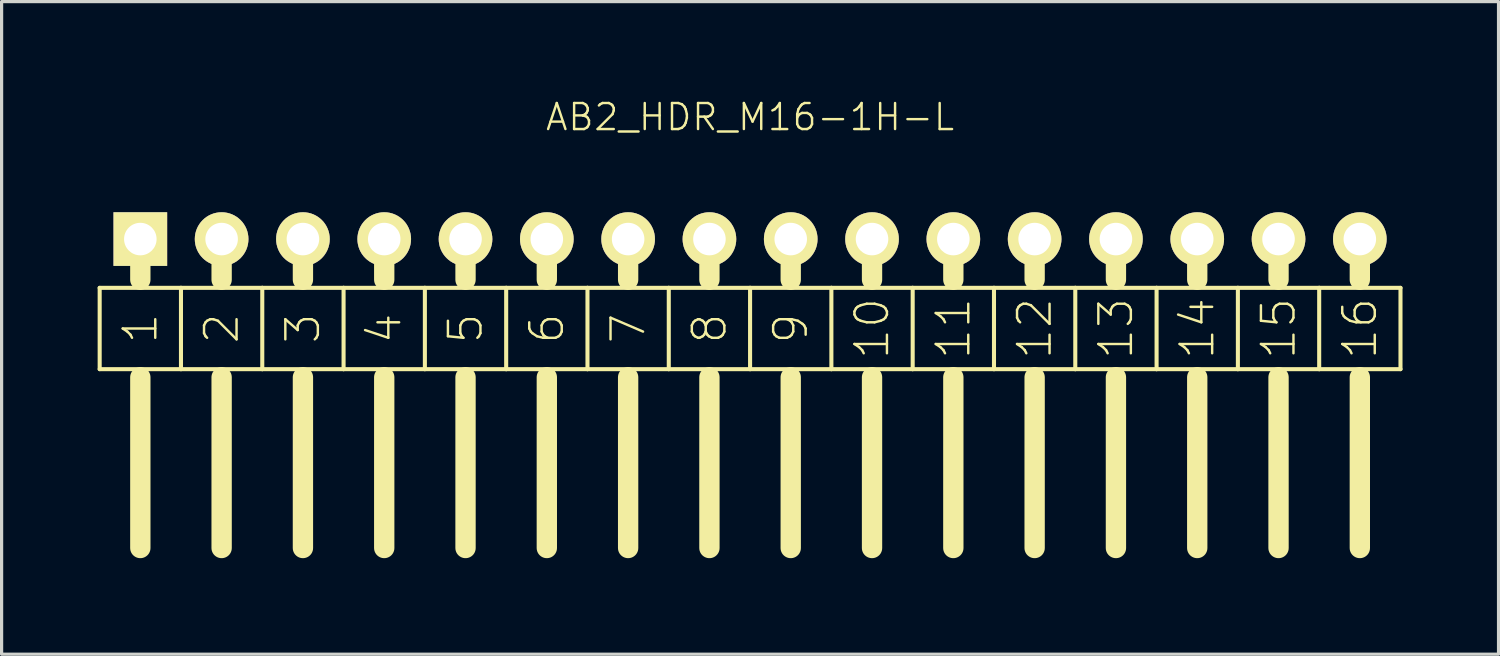
<source format=kicad_pcb>
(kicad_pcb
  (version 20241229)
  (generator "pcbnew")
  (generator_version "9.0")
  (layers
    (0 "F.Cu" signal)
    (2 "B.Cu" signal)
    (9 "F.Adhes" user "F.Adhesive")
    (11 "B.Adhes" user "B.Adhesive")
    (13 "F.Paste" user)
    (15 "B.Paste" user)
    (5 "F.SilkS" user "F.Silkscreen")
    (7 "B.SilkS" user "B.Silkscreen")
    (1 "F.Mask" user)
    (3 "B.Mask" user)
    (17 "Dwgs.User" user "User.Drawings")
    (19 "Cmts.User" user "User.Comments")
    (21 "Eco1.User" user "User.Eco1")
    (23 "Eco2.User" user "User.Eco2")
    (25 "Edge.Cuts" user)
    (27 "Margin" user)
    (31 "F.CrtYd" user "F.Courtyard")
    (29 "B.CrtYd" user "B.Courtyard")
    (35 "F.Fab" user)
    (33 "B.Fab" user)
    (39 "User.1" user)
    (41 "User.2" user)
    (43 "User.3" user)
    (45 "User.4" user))
  (footprint "AB2_HDR_M16-1H-L"
    (layer "F.Cu")
    (at 20.384 4.419)
    (property "Reference" "AB2_HDR_M16-1H-L" (at 0 -3.81 0) (layer "F.SilkS") (effects (font (size 0.813 0.813) (thickness 0.076))))
    (attr through_hole)
    (fp_line (start -20.32 1.524) (end -20.32 4.064) (stroke (width 0.127) (type solid)) (layer "F.SilkS"))
    (fp_line (start -20.32 4.064) (end -19.05 4.064) (stroke (width 0.127) (type solid)) (layer "F.SilkS"))
    (fp_line (start -19.05 0) (end -19.05 1.27) (stroke (width 0.635) (type solid)) (layer "F.SilkS"))
    (fp_line (start -19.05 1.524) (end -20.32 1.524) (stroke (width 0.127) (type solid)) (layer "F.SilkS"))
    (fp_line (start -19.05 4.064) (end -17.78 4.064) (stroke (width 0.127) (type solid)) (layer "F.SilkS"))
    (fp_line (start -19.05 4.318) (end -19.05 9.652) (stroke (width 0.635) (type solid)) (layer "F.SilkS"))
    (fp_line (start -17.78 1.524) (end -19.05 1.524) (stroke (width 0.127) (type solid)) (layer "F.SilkS"))
    (fp_line (start -17.78 4.064) (end -17.78 1.524) (stroke (width 0.127) (type solid)) (layer "F.SilkS"))
    (fp_line (start -17.78 4.064) (end -16.51 4.064) (stroke (width 0.127) (type solid)) (layer "F.SilkS"))
    (fp_line (start -16.51 0) (end -16.51 1.27) (stroke (width 0.635) (type solid)) (layer "F.SilkS"))
    (fp_line (start -16.51 1.524) (end -17.78 1.524) (stroke (width 0.127) (type solid)) (layer "F.SilkS"))
    (fp_line (start -16.51 4.064) (end -15.24 4.064) (stroke (width 0.127) (type solid)) (layer "F.SilkS"))
    (fp_line (start -16.51 4.318) (end -16.51 9.652) (stroke (width 0.635) (type solid)) (layer "F.SilkS"))
    (fp_line (start -15.24 1.524) (end -16.51 1.524) (stroke (width 0.127) (type solid)) (layer "F.SilkS"))
    (fp_line (start -15.24 4.064) (end -15.24 1.524) (stroke (width 0.127) (type solid)) (layer "F.SilkS"))
    (fp_line (start -15.24 4.064) (end -13.97 4.064) (stroke (width 0.127) (type solid)) (layer "F.SilkS"))
    (fp_line (start -13.97 0) (end -13.97 1.27) (stroke (width 0.635) (type solid)) (layer "F.SilkS"))
    (fp_line (start -13.97 1.524) (end -15.24 1.524) (stroke (width 0.127) (type solid)) (layer "F.SilkS"))
    (fp_line (start -13.97 4.064) (end -12.7 4.064) (stroke (width 0.127) (type solid)) (layer "F.SilkS"))
    (fp_line (start -13.97 4.318) (end -13.97 9.652) (stroke (width 0.635) (type solid)) (layer "F.SilkS"))
    (fp_line (start -12.7 1.524) (end -13.97 1.524) (stroke (width 0.127) (type solid)) (layer "F.SilkS"))
    (fp_line (start -12.7 4.064) (end -12.7 1.524) (stroke (width 0.127) (type solid)) (layer "F.SilkS"))
    (fp_line (start -12.7 4.064) (end -11.43 4.064) (stroke (width 0.127) (type solid)) (layer "F.SilkS"))
    (fp_line (start -11.43 0) (end -11.43 1.27) (stroke (width 0.635) (type solid)) (layer "F.SilkS"))
    (fp_line (start -11.43 1.524) (end -12.7 1.524) (stroke (width 0.127) (type solid)) (layer "F.SilkS"))
    (fp_line (start -11.43 4.064) (end -10.16 4.064) (stroke (width 0.127) (type solid)) (layer "F.SilkS"))
    (fp_line (start -11.43 4.318) (end -11.43 9.652) (stroke (width 0.635) (type solid)) (layer "F.SilkS"))
    (fp_line (start -10.16 1.524) (end -11.43 1.524) (stroke (width 0.127) (type solid)) (layer "F.SilkS"))
    (fp_line (start -10.16 4.064) (end -10.16 1.524) (stroke (width 0.127) (type solid)) (layer "F.SilkS"))
    (fp_line (start -10.16 4.064) (end -8.89 4.064) (stroke (width 0.127) (type solid)) (layer "F.SilkS"))
    (fp_line (start -8.89 0) (end -8.89 1.27) (stroke (width 0.635) (type solid)) (layer "F.SilkS"))
    (fp_line (start -8.89 1.524) (end -10.16 1.524) (stroke (width 0.127) (type solid)) (layer "F.SilkS"))
    (fp_line (start -8.89 4.064) (end -7.62 4.064) (stroke (width 0.127) (type solid)) (layer "F.SilkS"))
    (fp_line (start -8.89 4.318) (end -8.89 9.652) (stroke (width 0.635) (type solid)) (layer "F.SilkS"))
    (fp_line (start -7.62 1.524) (end -8.89 1.524) (stroke (width 0.127) (type solid)) (layer "F.SilkS"))
    (fp_line (start -7.62 4.064) (end -7.62 1.524) (stroke (width 0.127) (type solid)) (layer "F.SilkS"))
    (fp_line (start -7.62 4.064) (end -6.35 4.064) (stroke (width 0.127) (type solid)) (layer "F.SilkS"))
    (fp_line (start -6.35 0) (end -6.35 1.27) (stroke (width 0.635) (type solid)) (layer "F.SilkS"))
    (fp_line (start -6.35 1.524) (end -7.62 1.524) (stroke (width 0.127) (type solid)) (layer "F.SilkS"))
    (fp_line (start -6.35 4.064) (end -5.08 4.064) (stroke (width 0.127) (type solid)) (layer "F.SilkS"))
    (fp_line (start -6.35 4.318) (end -6.35 9.652) (stroke (width 0.635) (type solid)) (layer "F.SilkS"))
    (fp_line (start -5.08 1.524) (end -6.35 1.524) (stroke (width 0.127) (type solid)) (layer "F.SilkS"))
    (fp_line (start -5.08 4.064) (end -5.08 1.524) (stroke (width 0.127) (type solid)) (layer "F.SilkS"))
    (fp_line (start -5.08 4.064) (end -3.81 4.064) (stroke (width 0.127) (type solid)) (layer "F.SilkS"))
    (fp_line (start -3.81 0) (end -3.81 1.27) (stroke (width 0.635) (type solid)) (layer "F.SilkS"))
    (fp_line (start -3.81 1.524) (end -5.08 1.524) (stroke (width 0.127) (type solid)) (layer "F.SilkS"))
    (fp_line (start -3.81 4.064) (end -2.54 4.064) (stroke (width 0.127) (type solid)) (layer "F.SilkS"))
    (fp_line (start -3.81 4.318) (end -3.81 9.652) (stroke (width 0.635) (type solid)) (layer "F.SilkS"))
    (fp_line (start -2.54 1.524) (end -3.81 1.524) (stroke (width 0.127) (type solid)) (layer "F.SilkS"))
    (fp_line (start -2.54 4.064) (end -2.54 1.524) (stroke (width 0.127) (type solid)) (layer "F.SilkS"))
    (fp_line (start -2.54 4.064) (end -1.27 4.064) (stroke (width 0.127) (type solid)) (layer "F.SilkS"))
    (fp_line (start -1.27 0) (end -1.27 1.27) (stroke (width 0.635) (type solid)) (layer "F.SilkS"))
    (fp_line (start -1.27 1.524) (end -2.54 1.524) (stroke (width 0.127) (type solid)) (layer "F.SilkS"))
    (fp_line (start -1.27 4.064) (end 0 4.064) (stroke (width 0.127) (type solid)) (layer "F.SilkS"))
    (fp_line (start -1.27 4.318) (end -1.27 9.652) (stroke (width 0.635) (type solid)) (layer "F.SilkS"))
    (fp_line (start 0 1.524) (end -1.27 1.524) (stroke (width 0.127) (type solid)) (layer "F.SilkS"))
    (fp_line (start 0 4.064) (end 0 1.524) (stroke (width 0.127) (type solid)) (layer "F.SilkS"))
    (fp_line (start 0 4.064) (end 1.27 4.064) (stroke (width 0.127) (type solid)) (layer "F.SilkS"))
    (fp_line (start 1.27 0) (end 1.27 1.27) (stroke (width 0.635) (type solid)) (layer "F.SilkS"))
    (fp_line (start 1.27 1.524) (end 0 1.524) (stroke (width 0.127) (type solid)) (layer "F.SilkS"))
    (fp_line (start 1.27 4.064) (end 2.54 4.064) (stroke (width 0.127) (type solid)) (layer "F.SilkS"))
    (fp_line (start 1.27 4.318) (end 1.27 9.652) (stroke (width 0.635) (type solid)) (layer "F.SilkS"))
    (fp_line (start 2.54 1.524) (end 1.27 1.524) (stroke (width 0.127) (type solid)) (layer "F.SilkS"))
    (fp_line (start 2.54 4.064) (end 2.54 1.524) (stroke (width 0.127) (type solid)) (layer "F.SilkS"))
    (fp_line (start 2.54 4.064) (end 3.81 4.064) (stroke (width 0.127) (type solid)) (layer "F.SilkS"))
    (fp_line (start 3.81 0) (end 3.81 1.27) (stroke (width 0.635) (type solid)) (layer "F.SilkS"))
    (fp_line (start 3.81 1.524) (end 2.54 1.524) (stroke (width 0.127) (type solid)) (layer "F.SilkS"))
    (fp_line (start 3.81 4.064) (end 5.08 4.064) (stroke (width 0.127) (type solid)) (layer "F.SilkS"))
    (fp_line (start 3.81 4.318) (end 3.81 9.652) (stroke (width 0.635) (type solid)) (layer "F.SilkS"))
    (fp_line (start 5.08 1.524) (end 3.81 1.524) (stroke (width 0.127) (type solid)) (layer "F.SilkS"))
    (fp_line (start 5.08 4.064) (end 5.08 1.524) (stroke (width 0.127) (type solid)) (layer "F.SilkS"))
    (fp_line (start 5.08 4.064) (end 6.35 4.064) (stroke (width 0.127) (type solid)) (layer "F.SilkS"))
    (fp_line (start 6.35 0) (end 6.35 1.27) (stroke (width 0.635) (type solid)) (layer "F.SilkS"))
    (fp_line (start 6.35 1.524) (end 5.08 1.524) (stroke (width 0.127) (type solid)) (layer "F.SilkS"))
    (fp_line (start 6.35 4.064) (end 7.62 4.064) (stroke (width 0.127) (type solid)) (layer "F.SilkS"))
    (fp_line (start 6.35 4.318) (end 6.35 9.652) (stroke (width 0.635) (type solid)) (layer "F.SilkS"))
    (fp_line (start 7.62 1.524) (end 6.35 1.524) (stroke (width 0.127) (type solid)) (layer "F.SilkS"))
    (fp_line (start 7.62 4.064) (end 7.62 1.524) (stroke (width 0.127) (type solid)) (layer "F.SilkS"))
    (fp_line (start 7.62 4.064) (end 8.89 4.064) (stroke (width 0.127) (type solid)) (layer "F.SilkS"))
    (fp_line (start 8.89 0) (end 8.89 1.27) (stroke (width 0.635) (type solid)) (layer "F.SilkS"))
    (fp_line (start 8.89 1.524) (end 7.62 1.524) (stroke (width 0.127) (type solid)) (layer "F.SilkS"))
    (fp_line (start 8.89 4.064) (end 10.16 4.064) (stroke (width 0.127) (type solid)) (layer "F.SilkS"))
    (fp_line (start 8.89 4.318) (end 8.89 9.652) (stroke (width 0.635) (type solid)) (layer "F.SilkS"))
    (fp_line (start 10.16 1.524) (end 8.89 1.524) (stroke (width 0.127) (type solid)) (layer "F.SilkS"))
    (fp_line (start 10.16 4.064) (end 10.16 1.524) (stroke (width 0.127) (type solid)) (layer "F.SilkS"))
    (fp_line (start 10.16 4.064) (end 11.43 4.064) (stroke (width 0.127) (type solid)) (layer "F.SilkS"))
    (fp_line (start 11.43 0) (end 11.43 1.27) (stroke (width 0.635) (type solid)) (layer "F.SilkS"))
    (fp_line (start 11.43 1.524) (end 10.16 1.524) (stroke (width 0.127) (type solid)) (layer "F.SilkS"))
    (fp_line (start 11.43 4.064) (end 12.7 4.064) (stroke (width 0.127) (type solid)) (layer "F.SilkS"))
    (fp_line (start 11.43 4.318) (end 11.43 9.652) (stroke (width 0.635) (type solid)) (layer "F.SilkS"))
    (fp_line (start 12.7 1.524) (end 11.43 1.524) (stroke (width 0.127) (type solid)) (layer "F.SilkS"))
    (fp_line (start 12.7 4.064) (end 12.7 1.524) (stroke (width 0.127) (type solid)) (layer "F.SilkS"))
    (fp_line (start 12.7 4.064) (end 13.97 4.064) (stroke (width 0.127) (type solid)) (layer "F.SilkS"))
    (fp_line (start 13.97 0) (end 13.97 1.27) (stroke (width 0.635) (type solid)) (layer "F.SilkS"))
    (fp_line (start 13.97 1.524) (end 12.7 1.524) (stroke (width 0.127) (type solid)) (layer "F.SilkS"))
    (fp_line (start 13.97 4.064) (end 15.24 4.064) (stroke (width 0.127) (type solid)) (layer "F.SilkS"))
    (fp_line (start 13.97 4.318) (end 13.97 9.652) (stroke (width 0.635) (type solid)) (layer "F.SilkS"))
    (fp_line (start 15.24 1.524) (end 13.97 1.524) (stroke (width 0.127) (type solid)) (layer "F.SilkS"))
    (fp_line (start 15.24 4.064) (end 15.24 1.524) (stroke (width 0.127) (type solid)) (layer "F.SilkS"))
    (fp_line (start 15.24 4.064) (end 16.51 4.064) (stroke (width 0.127) (type solid)) (layer "F.SilkS"))
    (fp_line (start 16.51 0) (end 16.51 1.27) (stroke (width 0.635) (type solid)) (layer "F.SilkS"))
    (fp_line (start 16.51 1.524) (end 15.24 1.524) (stroke (width 0.127) (type solid)) (layer "F.SilkS"))
    (fp_line (start 16.51 4.064) (end 17.78 4.064) (stroke (width 0.127) (type solid)) (layer "F.SilkS"))
    (fp_line (start 16.51 4.318) (end 16.51 9.652) (stroke (width 0.635) (type solid)) (layer "F.SilkS"))
    (fp_line (start 17.78 1.524) (end 16.51 1.524) (stroke (width 0.127) (type solid)) (layer "F.SilkS"))
    (fp_line (start 17.78 4.064) (end 17.78 1.524) (stroke (width 0.127) (type solid)) (layer "F.SilkS"))
    (fp_line (start 17.78 4.064) (end 19.05 4.064) (stroke (width 0.127) (type solid)) (layer "F.SilkS"))
    (fp_line (start 19.05 0) (end 19.05 1.27) (stroke (width 0.635) (type solid)) (layer "F.SilkS"))
    (fp_line (start 19.05 1.524) (end 17.78 1.524) (stroke (width 0.127) (type solid)) (layer "F.SilkS"))
    (fp_line (start 19.05 4.064) (end 20.32 4.064) (stroke (width 0.127) (type solid)) (layer "F.SilkS"))
    (fp_line (start 19.05 4.318) (end 19.05 9.652) (stroke (width 0.635) (type solid)) (layer "F.SilkS"))
    (fp_line (start 20.32 1.524) (end 19.05 1.524) (stroke (width 0.127) (type solid)) (layer "F.SilkS"))
    (fp_line (start 20.32 4.064) (end 20.32 1.524) (stroke (width 0.127) (type solid)) (layer "F.SilkS"))
    (fp_text user "8" (at -1.27 2.794 90) (layer "F.SilkS") (effects (font (size 1.016 1.016) (thickness 0.076))))
    (fp_text user "13" (at 11.43 2.794 90) (layer "F.SilkS") (effects (font (size 1.016 1.016) (thickness 0.076))))
    (fp_text user "7" (at -3.81 2.794 90) (layer "F.SilkS") (effects (font (size 1.016 1.016) (thickness 0.076))))
    (fp_text user "12" (at 8.89 2.794 90) (layer "F.SilkS") (effects (font (size 1.016 1.016) (thickness 0.076))))
    (fp_text user "1" (at -19.05 2.794 90) (layer "F.SilkS") (effects (font (size 1.016 1.016) (thickness 0.076))))
    (fp_text user "4" (at -11.43 2.794 90) (layer "F.SilkS") (effects (font (size 1.016 1.016) (thickness 0.076))))
    (fp_text user "5" (at -8.89 2.794 90) (layer "F.SilkS") (effects (font (size 1.016 1.016) (thickness 0.076))))
    (fp_text user "3" (at -13.97 2.794 90) (layer "F.SilkS") (effects (font (size 1.016 1.016) (thickness 0.076))))
    (fp_text user "10" (at 3.81 2.794 90) (layer "F.SilkS") (effects (font (size 1.016 1.016) (thickness 0.076))))
    (fp_text user "2" (at -16.51 2.794 90) (layer "F.SilkS") (effects (font (size 1.016 1.016) (thickness 0.076))))
    (fp_text user "9" (at 1.27 2.794 90) (layer "F.SilkS") (effects (font (size 1.016 1.016) (thickness 0.076))))
    (fp_text user "14" (at 13.97 2.794 90) (layer "F.SilkS") (effects (font (size 1.016 1.016) (thickness 0.076))))
    (fp_text user "6" (at -6.35 2.794 90) (layer "F.SilkS") (effects (font (size 1.016 1.016) (thickness 0.076))))
    (fp_text user "15" (at 16.51 2.794 90) (layer "F.SilkS") (effects (font (size 1.016 1.016) (thickness 0.076))))
    (fp_text user "16" (at 19.05 2.794 90) (layer "F.SilkS") (effects (font (size 1.016 1.016) (thickness 0.076))))
    (fp_text user "11" (at 6.35 2.794 90) (layer "F.SilkS") (effects (font (size 1.016 1.016) (thickness 0.076))))
    (pad "1" thru_hole rect (at -19.05 0) (size 1.676 1.676) (drill 1.016) (layers "*.Cu" "*.Mask" "F.SilkS"))
    (pad "2" thru_hole circle (at -16.51 0) (size 1.676 1.676) (drill 1.016) (layers "*.Cu" "*.Mask" "F.SilkS"))
    (pad "3" thru_hole circle (at -13.97 0) (size 1.676 1.676) (drill 1.016) (layers "*.Cu" "*.Mask" "F.SilkS"))
    (pad "4" thru_hole circle (at -11.43 0) (size 1.676 1.676) (drill 1.016) (layers "*.Cu" "*.Mask" "F.SilkS"))
    (pad "5" thru_hole circle (at -8.89 0) (size 1.676 1.676) (drill 1.016) (layers "*.Cu" "*.Mask" "F.SilkS"))
    (pad "6" thru_hole circle (at -6.35 0) (size 1.676 1.676) (drill 1.016) (layers "*.Cu" "*.Mask" "F.SilkS"))
    (pad "7" thru_hole circle (at -3.81 0) (size 1.676 1.676) (drill 1.016) (layers "*.Cu" "*.Mask" "F.SilkS"))
    (pad "8" thru_hole circle (at -1.27 0) (size 1.676 1.676) (drill 1.016) (layers "*.Cu" "*.Mask" "F.SilkS"))
    (pad "9" thru_hole circle (at 1.27 0) (size 1.676 1.676) (drill 1.016) (layers "*.Cu" "*.Mask" "F.SilkS"))
    (pad "10" thru_hole circle (at 3.81 0) (size 1.676 1.676) (drill 1.016) (layers "*.Cu" "*.Mask" "F.SilkS"))
    (pad "11" thru_hole circle (at 6.35 0) (size 1.676 1.676) (drill 1.016) (layers "*.Cu" "*.Mask" "F.SilkS"))
    (pad "12" thru_hole circle (at 8.89 0) (size 1.676 1.676) (drill 1.016) (layers "*.Cu" "*.Mask" "F.SilkS"))
    (pad "13" thru_hole circle (at 11.43 0) (size 1.676 1.676) (drill 1.016) (layers "*.Cu" "*.Mask" "F.SilkS"))
    (pad "14" thru_hole circle (at 13.97 0) (size 1.676 1.676) (drill 1.016) (layers "*.Cu" "*.Mask" "F.SilkS"))
    (pad "15" thru_hole circle (at 16.51 0) (size 1.676 1.676) (drill 1.016) (layers "*.Cu" "*.Mask" "F.SilkS"))
    (pad "16" thru_hole circle (at 19.05 0) (size 1.676 1.676) (drill 1.016) (layers "*.Cu" "*.Mask" "F.SilkS")))
  (gr_rect
    (start -3 -3)
    (end 43.767 17.389)
    (stroke (width 0.1) (type default))
    (fill no)
    (layer "Edge.Cuts")))
</source>
